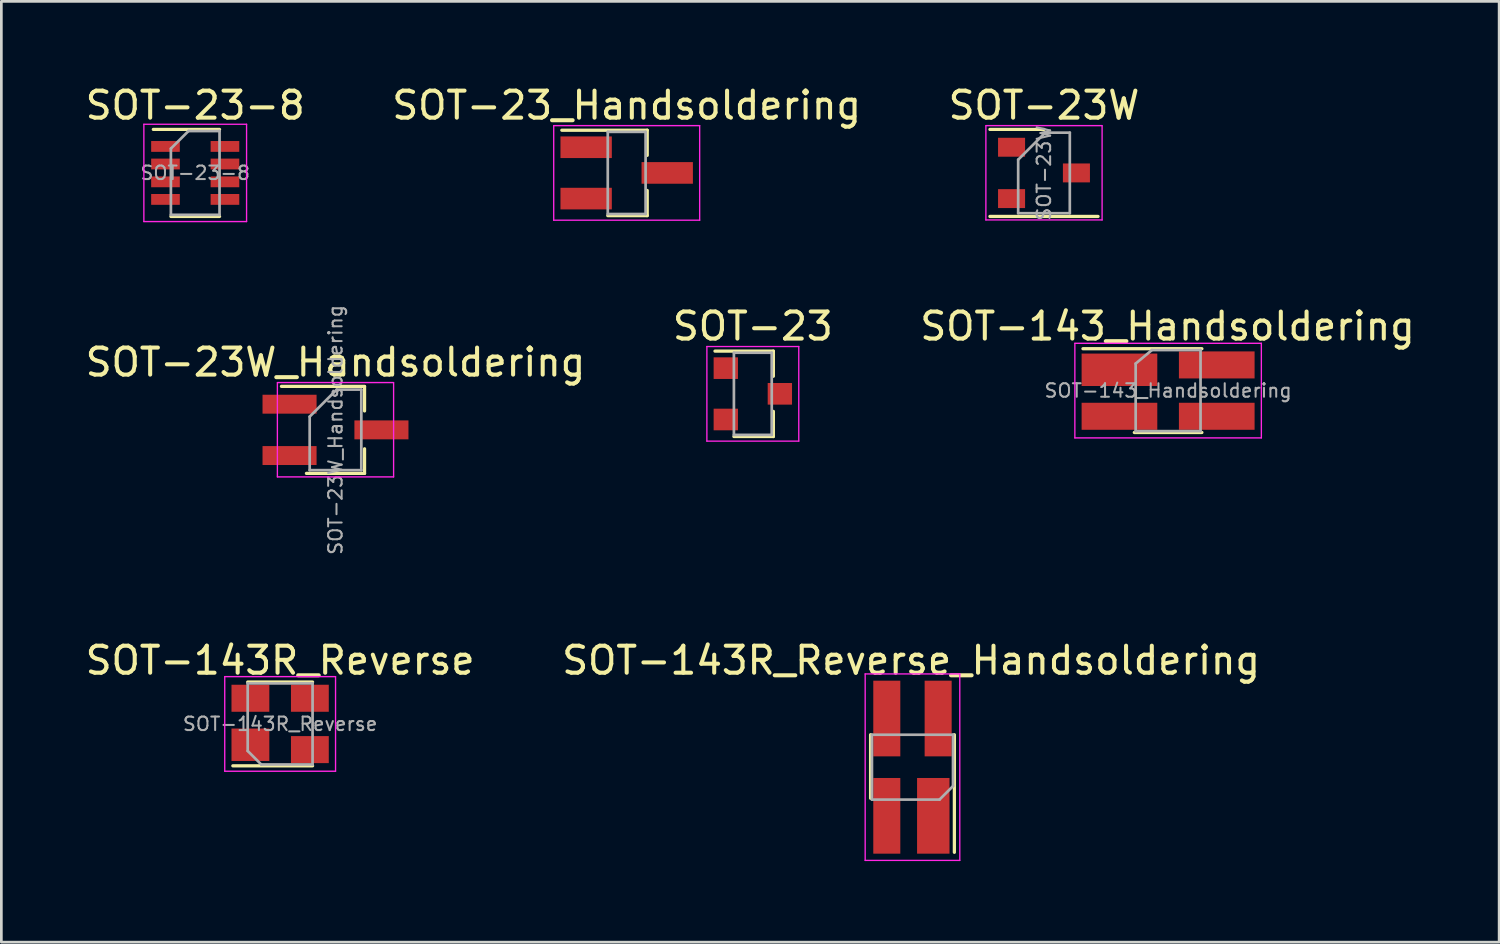
<source format=kicad_pcb>
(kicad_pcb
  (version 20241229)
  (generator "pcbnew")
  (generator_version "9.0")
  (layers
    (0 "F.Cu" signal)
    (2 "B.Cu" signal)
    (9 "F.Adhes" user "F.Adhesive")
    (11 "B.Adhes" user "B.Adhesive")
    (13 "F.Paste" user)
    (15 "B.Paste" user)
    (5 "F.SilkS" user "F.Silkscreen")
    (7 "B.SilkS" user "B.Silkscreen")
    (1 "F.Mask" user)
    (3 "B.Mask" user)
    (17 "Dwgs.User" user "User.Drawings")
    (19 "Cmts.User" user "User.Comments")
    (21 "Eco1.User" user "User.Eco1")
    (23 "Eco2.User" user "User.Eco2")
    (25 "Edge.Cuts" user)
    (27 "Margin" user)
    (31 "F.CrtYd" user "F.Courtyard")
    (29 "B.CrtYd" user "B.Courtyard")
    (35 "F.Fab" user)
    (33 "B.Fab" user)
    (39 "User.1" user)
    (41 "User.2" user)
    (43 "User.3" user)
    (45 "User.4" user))
  (footprint "SOT-143R_Reverse"
    (layer "F.Cu")
    (at 7.315 23.735)
    (property "Reference" "SOT-143R_Reverse" (at 0 -2.35 0) (layer "F.SilkS") (effects (font (size 1 1) (thickness 0.15))))
    (attr smd)
    (fp_line (start -1.2 -1.55) (end 1.2 -1.55) (stroke (width 0.12) (type solid)) (layer "F.SilkS"))
    (fp_line (start 1.2 1.55) (end -1.75 1.55) (stroke (width 0.12) (type solid)) (layer "F.SilkS"))
    (fp_line (start -2.05 1.75) (end -2.05 -1.75) (stroke (width 0.05) (type solid)) (layer "F.CrtYd"))
    (fp_line (start -2.05 1.75) (end 2.05 1.75) (stroke (width 0.05) (type solid)) (layer "F.CrtYd"))
    (fp_line (start 2.05 -1.75) (end -2.05 -1.75) (stroke (width 0.05) (type solid)) (layer "F.CrtYd"))
    (fp_line (start 2.05 -1.75) (end 2.05 1.75) (stroke (width 0.05) (type solid)) (layer "F.CrtYd"))
    (fp_line (start -1.2 -1.5) (end 1.2 -1.5) (stroke (width 0.1) (type solid)) (layer "F.Fab"))
    (fp_line (start -1.2 1) (end -1.2 -1.5) (stroke (width 0.1) (type solid)) (layer "F.Fab"))
    (fp_line (start -0.7 1.5) (end -1.2 1) (stroke (width 0.1) (type solid)) (layer "F.Fab"))
    (fp_line (start 1.2 -1.5) (end 1.2 1.5) (stroke (width 0.1) (type solid)) (layer "F.Fab"))
    (fp_line (start 1.2 1.5) (end -0.7 1.5) (stroke (width 0.1) (type solid)) (layer "F.Fab"))
    (fp_text user "${REFERENCE}" (at 0 0 0) (layer "F.Fab") (effects (font (size 0.5 0.5) (thickness 0.075))))
    (pad "1" smd rect (at -1.1 0.77 270) (size 1.2 1.4) (layers "F.Cu" "F.Mask" "F.Paste"))
    (pad "2" smd rect (at -1.1 -0.95 270) (size 1 1.4) (layers "F.Cu" "F.Mask" "F.Paste"))
    (pad "3" smd rect (at 1.1 -0.95 270) (size 1 1.4) (layers "F.Cu" "F.Mask" "F.Paste"))
    (pad "4" smd rect (at 1.1 0.95 270) (size 1 1.4) (layers "F.Cu" "F.Mask" "F.Paste")))
  (footprint "SOT-143R_Reverse_Handsoldering"
    (layer "F.Cu")
    (at 30.711 25.335)
    (property "Reference" "SOT-143R_Reverse_Handsoldering" (at -0.05 -3.95 0) (layer "F.SilkS") (effects (font (size 1 1) (thickness 0.15))))
    (attr smd)
    (fp_line (start -1.55 -1.2) (end -1.55 1.15) (stroke (width 0.12) (type solid)) (layer "F.SilkS"))
    (fp_line (start 1.55 -1.2) (end 1.55 3.15) (stroke (width 0.12) (type solid)) (layer "F.SilkS"))
    (fp_line (start -1.75 -3.45) (end -1.75 3.45) (stroke (width 0.05) (type solid)) (layer "F.CrtYd"))
    (fp_line (start -1.75 -3.45) (end 1.75 -3.45) (stroke (width 0.05) (type solid)) (layer "F.CrtYd"))
    (fp_line (start 1.75 3.45) (end -1.75 3.45) (stroke (width 0.05) (type solid)) (layer "F.CrtYd"))
    (fp_line (start 1.75 3.45) (end 1.75 -3.45) (stroke (width 0.05) (type solid)) (layer "F.CrtYd"))
    (fp_line (start -1.5 -1.2) (end 1.5 -1.2) (stroke (width 0.1) (type solid)) (layer "F.Fab"))
    (fp_line (start -1.5 1.2) (end -1.5 -1.2) (stroke (width 0.1) (type solid)) (layer "F.Fab"))
    (fp_line (start 1 1.2) (end -1.5 1.2) (stroke (width 0.1) (type solid)) (layer "F.Fab"))
    (fp_line (start 1.5 -1.2) (end 1.5 0.7) (stroke (width 0.1) (type solid)) (layer "F.Fab"))
    (fp_line (start 1.5 0.7) (end 1 1.2) (stroke (width 0.1) (type solid)) (layer "F.Fab"))
    (pad "1" smd rect (at 0.77 1.8) (size 1.2 2.8) (layers "F.Cu" "F.Mask" "F.Paste"))
    (pad "2" smd rect (at -0.95 1.8) (size 1 2.8) (layers "F.Cu" "F.Mask" "F.Paste"))
    (pad "3" smd trapezoid (at -0.95 -1.8) (size 1 2.8) (layers "F.Cu" "F.Mask" "F.Paste"))
    (pad "4" smd rect (at 0.95 -1.8) (size 1 2.8) (layers "F.Cu" "F.Mask" "F.Paste")))
  (footprint "SOT-23W_Handsoldering"
    (layer "F.Cu")
    (at 9.363 12.855)
    (property "Reference" "SOT-23W_Handsoldering" (at 0 -2.5 0) (layer "F.SilkS") (effects (font (size 1 1) (thickness 0.15))))
    (attr smd)
    (fp_line (start -2 -1.61) (end 1.075 -1.61) (stroke (width 0.12) (type solid)) (layer "F.SilkS"))
    (fp_line (start -1.075 1.61) (end 1.075 1.61) (stroke (width 0.12) (type solid)) (layer "F.SilkS"))
    (fp_line (start 1.075 -1.6) (end 1.075 -0.7) (stroke (width 0.12) (type solid)) (layer "F.SilkS"))
    (fp_line (start 1.075 0.7) (end 1.075 1.61) (stroke (width 0.12) (type solid)) (layer "F.SilkS"))
    (fp_line (start -2.15 -1.75) (end 2.15 -1.75) (stroke (width 0.05) (type solid)) (layer "F.CrtYd"))
    (fp_line (start -2.15 1.74) (end -2.15 -1.74) (stroke (width 0.05) (type solid)) (layer "F.CrtYd"))
    (fp_line (start 2.15 -1.74) (end 2.15 1.74) (stroke (width 0.05) (type solid)) (layer "F.CrtYd"))
    (fp_line (start 2.15 1.74) (end -2.15 1.74) (stroke (width 0.05) (type solid)) (layer "F.CrtYd"))
    (fp_line (start -0.955 -0.49) (end -0.955 1.49) (stroke (width 0.1) (type solid)) (layer "F.Fab"))
    (fp_line (start -0.955 -0.49) (end 0.045 -1.49) (stroke (width 0.1) (type solid)) (layer "F.Fab"))
    (fp_line (start -0.955 1.49) (end 0.955 1.49) (stroke (width 0.1) (type solid)) (layer "F.Fab"))
    (fp_line (start 0.045 -1.49) (end 0.955 -1.49) (stroke (width 0.1) (type solid)) (layer "F.Fab"))
    (fp_line (start 0.955 -1.49) (end 0.955 1.49) (stroke (width 0.1) (type solid)) (layer "F.Fab"))
    (fp_text user "${REFERENCE}" (at 0 0 90) (layer "F.Fab") (effects (font (size 0.5 0.5) (thickness 0.075))))
    (pad "1" smd rect (at -1.7 -0.95) (size 2 0.7) (layers "F.Cu" "F.Mask" "F.Paste"))
    (pad "2" smd rect (at -1.7 0.95) (size 2 0.7) (layers "F.Cu" "F.Mask" "F.Paste"))
    (pad "3" smd rect (at 1.7 0) (size 2 0.7) (layers "F.Cu" "F.Mask" "F.Paste")))
  (footprint "SOT-23-8"
    (layer "F.Cu")
    (at 4.173 3.348)
    (property "Reference" "SOT-23-8" (at 0 -2.5 0) (layer "F.SilkS") (effects (font (size 1 1) (thickness 0.15))))
    (attr smd)
    (fp_line (start -0.9 1.61) (end 0.9 1.61) (stroke (width 0.12) (type solid)) (layer "F.SilkS"))
    (fp_line (start 0.9 -1.61) (end -1.55 -1.61) (stroke (width 0.12) (type solid)) (layer "F.SilkS"))
    (fp_line (start -1.9 -1.8) (end -1.9 1.8) (stroke (width 0.05) (type solid)) (layer "F.CrtYd"))
    (fp_line (start -1.9 1.8) (end 1.9 1.8) (stroke (width 0.05) (type solid)) (layer "F.CrtYd"))
    (fp_line (start 1.9 -1.8) (end -1.9 -1.8) (stroke (width 0.05) (type solid)) (layer "F.CrtYd"))
    (fp_line (start 1.9 1.8) (end 1.9 -1.8) (stroke (width 0.05) (type solid)) (layer "F.CrtYd"))
    (fp_line (start -0.9 -0.9) (end -0.9 1.55) (stroke (width 0.1) (type solid)) (layer "F.Fab"))
    (fp_line (start -0.9 -0.9) (end -0.25 -1.55) (stroke (width 0.1) (type solid)) (layer "F.Fab"))
    (fp_line (start 0.9 -1.55) (end -0.25 -1.55) (stroke (width 0.1) (type solid)) (layer "F.Fab"))
    (fp_line (start 0.9 -1.55) (end 0.9 1.55) (stroke (width 0.1) (type solid)) (layer "F.Fab"))
    (fp_line (start 0.9 1.55) (end -0.9 1.55) (stroke (width 0.1) (type solid)) (layer "F.Fab"))
    (fp_text user "${REFERENCE}" (at 0 0 0) (layer "F.Fab") (effects (font (size 0.5 0.5) (thickness 0.075))))
    (pad "1" smd rect (at -1.1 -0.98) (size 1.06 0.4) (layers "F.Cu" "F.Mask" "F.Paste"))
    (pad "2" smd rect (at -1.1 -0.33) (size 1.06 0.4) (layers "F.Cu" "F.Mask" "F.Paste"))
    (pad "3" smd rect (at -1.1 0.33) (size 1.06 0.4) (layers "F.Cu" "F.Mask" "F.Paste"))
    (pad "4" smd rect (at -1.1 0.98) (size 1.06 0.4) (layers "F.Cu" "F.Mask" "F.Paste"))
    (pad "5" smd rect (at 1.1 0.98) (size 1.06 0.4) (layers "F.Cu" "F.Mask" "F.Paste"))
    (pad "6" smd rect (at 1.1 0.33) (size 1.06 0.4) (layers "F.Cu" "F.Mask" "F.Paste"))
    (pad "7" smd rect (at 1.1 -0.33) (size 1.06 0.4) (layers "F.Cu" "F.Mask" "F.Paste"))
    (pad "8" smd rect (at 1.1 -0.98) (size 1.06 0.4) (layers "F.Cu" "F.Mask" "F.Paste")))
  (footprint "SOT-23W"
    (layer "F.Cu")
    (at 35.577 3.348)
    (property "Reference" "SOT-23W" (at 0 -2.5 0) (layer "F.SilkS") (effects (font (size 1 1) (thickness 0.15))))
    (attr smd)
    (fp_line (start -2 -1.61) (end 0 -1.61) (stroke (width 0.12) (type solid)) (layer "F.SilkS"))
    (fp_line (start -2 1.61) (end 2 1.61) (stroke (width 0.12) (type solid)) (layer "F.SilkS"))
    (fp_line (start -2.15 -1.75) (end 2.15 -1.75) (stroke (width 0.05) (type solid)) (layer "F.CrtYd"))
    (fp_line (start -2.15 1.74) (end -2.15 -1.74) (stroke (width 0.05) (type solid)) (layer "F.CrtYd"))
    (fp_line (start 2.15 -1.74) (end 2.15 1.74) (stroke (width 0.05) (type solid)) (layer "F.CrtYd"))
    (fp_line (start 2.15 1.74) (end -2.15 1.74) (stroke (width 0.05) (type solid)) (layer "F.CrtYd"))
    (fp_line (start -0.955 -0.49) (end -0.955 1.49) (stroke (width 0.1) (type solid)) (layer "F.Fab"))
    (fp_line (start -0.955 -0.49) (end 0.045 -1.49) (stroke (width 0.1) (type solid)) (layer "F.Fab"))
    (fp_line (start -0.955 1.49) (end 0.955 1.49) (stroke (width 0.1) (type solid)) (layer "F.Fab"))
    (fp_line (start 0.045 -1.49) (end 0.955 -1.49) (stroke (width 0.1) (type solid)) (layer "F.Fab"))
    (fp_line (start 0.955 -1.49) (end 0.955 1.49) (stroke (width 0.1) (type solid)) (layer "F.Fab"))
    (fp_text user "${REFERENCE}" (at 0 0 90) (layer "F.Fab") (effects (font (size 0.5 0.5) (thickness 0.075))))
    (pad "1" smd rect (at -1.2 -0.95) (size 1 0.7) (layers "F.Cu" "F.Mask" "F.Paste"))
    (pad "2" smd rect (at -1.2 0.95) (size 1 0.7) (layers "F.Cu" "F.Mask" "F.Paste"))
    (pad "3" smd rect (at 1.2 0) (size 1 0.7) (layers "F.Cu" "F.Mask" "F.Paste")))
  (footprint "SOT-23_Handsoldering"
    (layer "F.Cu")
    (at 20.137 3.348)
    (property "Reference" "SOT-23_Handsoldering" (at 0 -2.5 0) (layer "F.SilkS") (effects (font (size 1 1) (thickness 0.15))))
    (attr smd)
    (fp_line (start 0.76 -1.58) (end -2.4 -1.58) (stroke (width 0.12) (type solid)) (layer "F.SilkS"))
    (fp_line (start 0.76 -1.58) (end 0.76 -0.65) (stroke (width 0.12) (type solid)) (layer "F.SilkS"))
    (fp_line (start 0.76 1.58) (end -0.7 1.58) (stroke (width 0.12) (type solid)) (layer "F.SilkS"))
    (fp_line (start 0.76 1.58) (end 0.76 0.65) (stroke (width 0.12) (type solid)) (layer "F.SilkS"))
    (fp_line (start -2.7 -1.75) (end 2.7 -1.75) (stroke (width 0.05) (type solid)) (layer "F.CrtYd"))
    (fp_line (start -2.7 1.75) (end -2.7 -1.75) (stroke (width 0.05) (type solid)) (layer "F.CrtYd"))
    (fp_line (start 2.7 -1.75) (end 2.7 1.75) (stroke (width 0.05) (type solid)) (layer "F.CrtYd"))
    (fp_line (start 2.7 1.75) (end -2.7 1.75) (stroke (width 0.05) (type solid)) (layer "F.CrtYd"))
    (fp_line (start -0.7 -1.52) (end -0.7 1.52) (stroke (width 0.1) (type solid)) (layer "F.Fab"))
    (fp_line (start -0.7 -1.52) (end 0.7 -1.52) (stroke (width 0.1) (type solid)) (layer "F.Fab"))
    (fp_line (start -0.7 1.52) (end 0.7 1.52) (stroke (width 0.1) (type solid)) (layer "F.Fab"))
    (fp_line (start 0.7 -1.52) (end 0.7 1.52) (stroke (width 0.1) (type solid)) (layer "F.Fab"))
    (pad "1" smd rect (at -1.5 -0.95) (size 1.9 0.8) (layers "F.Cu" "F.Mask" "F.Paste"))
    (pad "2" smd rect (at -1.5 0.95) (size 1.9 0.8) (layers "F.Cu" "F.Mask" "F.Paste"))
    (pad "3" smd rect (at 1.5 0) (size 1.9 0.8) (layers "F.Cu" "F.Mask" "F.Paste")))
  (footprint "SOT-143_Handsoldering"
    (layer "F.Cu")
    (at 40.169 11.402)
    (property "Reference" "SOT-143_Handsoldering" (at -0.02 -2.38 0) (layer "F.SilkS") (effects (font (size 1 1) (thickness 0.15))))
    (attr smd)
    (fp_line (start 1.25 -1.55) (end -3.15 -1.55) (stroke (width 0.12) (type solid)) (layer "F.SilkS"))
    (fp_line (start 1.25 1.55) (end -1.25 1.55) (stroke (width 0.12) (type solid)) (layer "F.SilkS"))
    (fp_line (start -3.45 1.75) (end -3.45 -1.75) (stroke (width 0.05) (type solid)) (layer "F.CrtYd"))
    (fp_line (start -3.45 1.75) (end 3.45 1.75) (stroke (width 0.05) (type solid)) (layer "F.CrtYd"))
    (fp_line (start 3.45 -1.75) (end -3.45 -1.75) (stroke (width 0.05) (type solid)) (layer "F.CrtYd"))
    (fp_line (start 3.45 -1.75) (end 3.45 1.75) (stroke (width 0.05) (type solid)) (layer "F.CrtYd"))
    (fp_line (start -1.2 1.5) (end -1.2 -1) (stroke (width 0.1) (type solid)) (layer "F.Fab"))
    (fp_line (start -0.6 -1.5) (end -1.2 -1) (stroke (width 0.1) (type solid)) (layer "F.Fab"))
    (fp_line (start -0.6 -1.5) (end 1.2 -1.5) (stroke (width 0.1) (type solid)) (layer "F.Fab"))
    (fp_line (start 1.2 -1.5) (end 1.2 1.5) (stroke (width 0.1) (type solid)) (layer "F.Fab"))
    (fp_line (start 1.2 1.5) (end -1.2 1.5) (stroke (width 0.1) (type solid)) (layer "F.Fab"))
    (fp_text user "${REFERENCE}" (at 0 0 0) (layer "F.Fab") (effects (font (size 0.5 0.5) (thickness 0.075))))
    (pad "1" smd rect (at -1.8 -0.77 270) (size 1.2 2.8) (layers "F.Cu" "F.Mask" "F.Paste"))
    (pad "2" smd rect (at -1.8 0.95 270) (size 1 2.8) (layers "F.Cu" "F.Mask" "F.Paste"))
    (pad "3" smd rect (at 1.8 0.95 270) (size 1 2.8) (layers "F.Cu" "F.Mask" "F.Paste"))
    (pad "4" smd trapezoid (at 1.8 -0.95 270) (size 1 2.8) (layers "F.Cu" "F.Mask" "F.Paste")))
  (footprint "SOT-23"
    (layer "F.Cu")
    (at 24.804 11.521)
    (property "Reference" "SOT-23" (at 0 -2.5 0) (layer "F.SilkS") (effects (font (size 1 1) (thickness 0.15))))
    (attr smd)
    (fp_line (start 0.76 -1.58) (end -1.4 -1.58) (stroke (width 0.12) (type solid)) (layer "F.SilkS"))
    (fp_line (start 0.76 -1.58) (end 0.76 -0.65) (stroke (width 0.12) (type solid)) (layer "F.SilkS"))
    (fp_line (start 0.76 1.58) (end -0.7 1.58) (stroke (width 0.12) (type solid)) (layer "F.SilkS"))
    (fp_line (start 0.76 1.58) (end 0.76 0.65) (stroke (width 0.12) (type solid)) (layer "F.SilkS"))
    (fp_line (start -1.7 -1.75) (end 1.7 -1.75) (stroke (width 0.05) (type solid)) (layer "F.CrtYd"))
    (fp_line (start -1.7 1.75) (end -1.7 -1.75) (stroke (width 0.05) (type solid)) (layer "F.CrtYd"))
    (fp_line (start 1.7 -1.75) (end 1.7 1.75) (stroke (width 0.05) (type solid)) (layer "F.CrtYd"))
    (fp_line (start 1.7 1.75) (end -1.7 1.75) (stroke (width 0.05) (type solid)) (layer "F.CrtYd"))
    (fp_line (start -0.7 -1.52) (end -0.7 1.52) (stroke (width 0.1) (type solid)) (layer "F.Fab"))
    (fp_line (start -0.7 -1.52) (end 0.7 -1.52) (stroke (width 0.1) (type solid)) (layer "F.Fab"))
    (fp_line (start -0.7 1.52) (end 0.7 1.52) (stroke (width 0.1) (type solid)) (layer "F.Fab"))
    (fp_line (start 0.7 -1.52) (end 0.7 1.52) (stroke (width 0.1) (type solid)) (layer "F.Fab"))
    (pad "1" smd rect (at -1 -0.95) (size 0.9 0.8) (layers "F.Cu" "F.Mask" "F.Paste"))
    (pad "2" smd rect (at -1 0.95) (size 0.9 0.8) (layers "F.Cu" "F.Mask" "F.Paste"))
    (pad "3" smd rect (at 1 0) (size 0.9 0.8) (layers "F.Cu" "F.Mask" "F.Paste")))
  (gr_rect
    (start -3 -3)
    (end 52.417 31.81)
    (stroke (width 0.1) (type default))
    (fill no)
    (layer "Edge.Cuts")))
</source>
